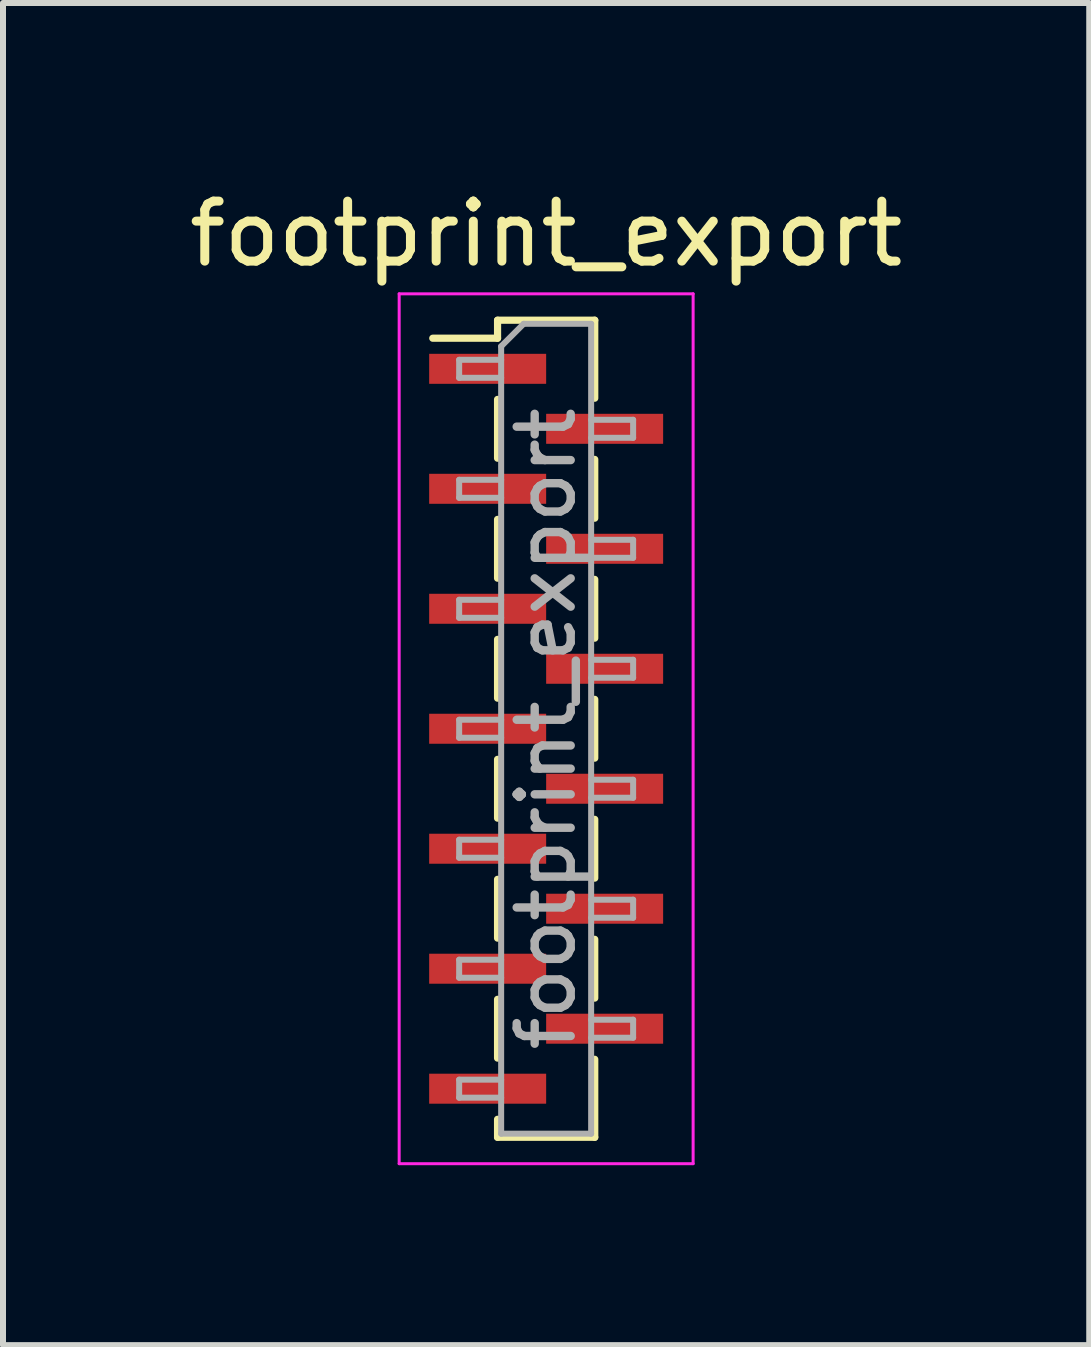
<source format=kicad_pcb>
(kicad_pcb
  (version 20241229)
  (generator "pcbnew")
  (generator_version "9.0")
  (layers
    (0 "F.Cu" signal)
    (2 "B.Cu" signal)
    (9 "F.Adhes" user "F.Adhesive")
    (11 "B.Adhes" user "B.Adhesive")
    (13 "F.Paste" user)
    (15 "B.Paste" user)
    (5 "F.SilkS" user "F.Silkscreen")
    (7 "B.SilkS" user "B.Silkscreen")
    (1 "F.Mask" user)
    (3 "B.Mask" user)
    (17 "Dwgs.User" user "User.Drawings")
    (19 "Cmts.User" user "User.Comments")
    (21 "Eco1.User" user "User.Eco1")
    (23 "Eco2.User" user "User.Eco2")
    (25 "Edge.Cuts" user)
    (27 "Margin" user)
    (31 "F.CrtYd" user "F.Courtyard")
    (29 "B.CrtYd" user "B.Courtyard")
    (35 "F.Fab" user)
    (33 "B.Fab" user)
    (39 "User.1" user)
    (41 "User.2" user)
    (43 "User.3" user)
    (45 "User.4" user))
  (footprint "footprint_export"
    (layer "F.Cu")
    (at 6.054 9.098)
    (property "Reference" "footprint_export" (at 0 -8.25 0) (layer "F.SilkS") (effects (font (size 1 1) (thickness 0.15))))
    (attr smd)
    (fp_line (start -1.89 -6.51) (end -0.81 -6.51) (stroke (width 0.12) (type solid)) (layer "F.SilkS"))
    (fp_line (start -0.81 -6.81) (end -0.81 -6.51) (stroke (width 0.12) (type solid)) (layer "F.SilkS"))
    (fp_line (start -0.81 -6.81) (end 0.81 -6.81) (stroke (width 0.12) (type solid)) (layer "F.SilkS"))
    (fp_line (start -0.81 -5.49) (end -0.81 -4.51) (stroke (width 0.12) (type solid)) (layer "F.SilkS"))
    (fp_line (start -0.81 -3.49) (end -0.81 -2.51) (stroke (width 0.12) (type solid)) (layer "F.SilkS"))
    (fp_line (start -0.81 -1.49) (end -0.81 -0.51) (stroke (width 0.12) (type solid)) (layer "F.SilkS"))
    (fp_line (start -0.81 0.51) (end -0.81 1.49) (stroke (width 0.12) (type solid)) (layer "F.SilkS"))
    (fp_line (start -0.81 2.51) (end -0.81 3.49) (stroke (width 0.12) (type solid)) (layer "F.SilkS"))
    (fp_line (start -0.81 4.51) (end -0.81 5.49) (stroke (width 0.12) (type solid)) (layer "F.SilkS"))
    (fp_line (start -0.81 6.51) (end -0.81 6.81) (stroke (width 0.12) (type solid)) (layer "F.SilkS"))
    (fp_line (start -0.81 6.81) (end 0.81 6.81) (stroke (width 0.12) (type solid)) (layer "F.SilkS"))
    (fp_line (start 0.81 -6.81) (end 0.81 -5.51) (stroke (width 0.12) (type solid)) (layer "F.SilkS"))
    (fp_line (start 0.81 -4.49) (end 0.81 -3.51) (stroke (width 0.12) (type solid)) (layer "F.SilkS"))
    (fp_line (start 0.81 -2.49) (end 0.81 -1.51) (stroke (width 0.12) (type solid)) (layer "F.SilkS"))
    (fp_line (start 0.81 -0.49) (end 0.81 0.49) (stroke (width 0.12) (type solid)) (layer "F.SilkS"))
    (fp_line (start 0.81 1.51) (end 0.81 2.49) (stroke (width 0.12) (type solid)) (layer "F.SilkS"))
    (fp_line (start 0.81 3.51) (end 0.81 4.49) (stroke (width 0.12) (type solid)) (layer "F.SilkS"))
    (fp_line (start 0.81 5.51) (end 0.81 6.81) (stroke (width 0.12) (type solid)) (layer "F.SilkS"))
    (fp_line (start -2.45 -7.25) (end 2.45 -7.25) (stroke (width 0.05) (type solid)) (layer "F.CrtYd"))
    (fp_line (start -2.45 7.25) (end -2.45 -7.25) (stroke (width 0.05) (type solid)) (layer "F.CrtYd"))
    (fp_line (start 2.45 -7.25) (end 2.45 7.25) (stroke (width 0.05) (type solid)) (layer "F.CrtYd"))
    (fp_line (start 2.45 7.25) (end -2.45 7.25) (stroke (width 0.05) (type solid)) (layer "F.CrtYd"))
    (fp_line (start -1.45 -6.15) (end -0.75 -6.15) (stroke (width 0.1) (type solid)) (layer "F.Fab"))
    (fp_line (start -1.45 -5.85) (end -1.45 -6.15) (stroke (width 0.1) (type solid)) (layer "F.Fab"))
    (fp_line (start -1.45 -4.15) (end -0.75 -4.15) (stroke (width 0.1) (type solid)) (layer "F.Fab"))
    (fp_line (start -1.45 -3.85) (end -1.45 -4.15) (stroke (width 0.1) (type solid)) (layer "F.Fab"))
    (fp_line (start -1.45 -2.15) (end -0.75 -2.15) (stroke (width 0.1) (type solid)) (layer "F.Fab"))
    (fp_line (start -1.45 -1.85) (end -1.45 -2.15) (stroke (width 0.1) (type solid)) (layer "F.Fab"))
    (fp_line (start -1.45 -0.15) (end -0.75 -0.15) (stroke (width 0.1) (type solid)) (layer "F.Fab"))
    (fp_line (start -1.45 0.15) (end -1.45 -0.15) (stroke (width 0.1) (type solid)) (layer "F.Fab"))
    (fp_line (start -1.45 1.85) (end -0.75 1.85) (stroke (width 0.1) (type solid)) (layer "F.Fab"))
    (fp_line (start -1.45 2.15) (end -1.45 1.85) (stroke (width 0.1) (type solid)) (layer "F.Fab"))
    (fp_line (start -1.45 3.85) (end -0.75 3.85) (stroke (width 0.1) (type solid)) (layer "F.Fab"))
    (fp_line (start -1.45 4.15) (end -1.45 3.85) (stroke (width 0.1) (type solid)) (layer "F.Fab"))
    (fp_line (start -1.45 5.85) (end -0.75 5.85) (stroke (width 0.1) (type solid)) (layer "F.Fab"))
    (fp_line (start -1.45 6.15) (end -1.45 5.85) (stroke (width 0.1) (type solid)) (layer "F.Fab"))
    (fp_line (start -0.75 -6.375) (end -0.375 -6.75) (stroke (width 0.1) (type solid)) (layer "F.Fab"))
    (fp_line (start -0.75 -5.85) (end -1.45 -5.85) (stroke (width 0.1) (type solid)) (layer "F.Fab"))
    (fp_line (start -0.75 -3.85) (end -1.45 -3.85) (stroke (width 0.1) (type solid)) (layer "F.Fab"))
    (fp_line (start -0.75 -1.85) (end -1.45 -1.85) (stroke (width 0.1) (type solid)) (layer "F.Fab"))
    (fp_line (start -0.75 0.15) (end -1.45 0.15) (stroke (width 0.1) (type solid)) (layer "F.Fab"))
    (fp_line (start -0.75 2.15) (end -1.45 2.15) (stroke (width 0.1) (type solid)) (layer "F.Fab"))
    (fp_line (start -0.75 4.15) (end -1.45 4.15) (stroke (width 0.1) (type solid)) (layer "F.Fab"))
    (fp_line (start -0.75 6.15) (end -1.45 6.15) (stroke (width 0.1) (type solid)) (layer "F.Fab"))
    (fp_line (start -0.75 6.75) (end -0.75 -6.375) (stroke (width 0.1) (type solid)) (layer "F.Fab"))
    (fp_line (start -0.375 -6.75) (end 0.75 -6.75) (stroke (width 0.1) (type solid)) (layer "F.Fab"))
    (fp_line (start 0.75 -6.75) (end 0.75 6.75) (stroke (width 0.1) (type solid)) (layer "F.Fab"))
    (fp_line (start 0.75 -5.15) (end 1.45 -5.15) (stroke (width 0.1) (type solid)) (layer "F.Fab"))
    (fp_line (start 0.75 -3.15) (end 1.45 -3.15) (stroke (width 0.1) (type solid)) (layer "F.Fab"))
    (fp_line (start 0.75 -1.15) (end 1.45 -1.15) (stroke (width 0.1) (type solid)) (layer "F.Fab"))
    (fp_line (start 0.75 0.85) (end 1.45 0.85) (stroke (width 0.1) (type solid)) (layer "F.Fab"))
    (fp_line (start 0.75 2.85) (end 1.45 2.85) (stroke (width 0.1) (type solid)) (layer "F.Fab"))
    (fp_line (start 0.75 4.85) (end 1.45 4.85) (stroke (width 0.1) (type solid)) (layer "F.Fab"))
    (fp_line (start 0.75 6.75) (end -0.75 6.75) (stroke (width 0.1) (type solid)) (layer "F.Fab"))
    (fp_line (start 1.45 -5.15) (end 1.45 -4.85) (stroke (width 0.1) (type solid)) (layer "F.Fab"))
    (fp_line (start 1.45 -4.85) (end 0.75 -4.85) (stroke (width 0.1) (type solid)) (layer "F.Fab"))
    (fp_line (start 1.45 -3.15) (end 1.45 -2.85) (stroke (width 0.1) (type solid)) (layer "F.Fab"))
    (fp_line (start 1.45 -2.85) (end 0.75 -2.85) (stroke (width 0.1) (type solid)) (layer "F.Fab"))
    (fp_line (start 1.45 -1.15) (end 1.45 -0.85) (stroke (width 0.1) (type solid)) (layer "F.Fab"))
    (fp_line (start 1.45 -0.85) (end 0.75 -0.85) (stroke (width 0.1) (type solid)) (layer "F.Fab"))
    (fp_line (start 1.45 0.85) (end 1.45 1.15) (stroke (width 0.1) (type solid)) (layer "F.Fab"))
    (fp_line (start 1.45 1.15) (end 0.75 1.15) (stroke (width 0.1) (type solid)) (layer "F.Fab"))
    (fp_line (start 1.45 2.85) (end 1.45 3.15) (stroke (width 0.1) (type solid)) (layer "F.Fab"))
    (fp_line (start 1.45 3.15) (end 0.75 3.15) (stroke (width 0.1) (type solid)) (layer "F.Fab"))
    (fp_line (start 1.45 4.85) (end 1.45 5.15) (stroke (width 0.1) (type solid)) (layer "F.Fab"))
    (fp_line (start 1.45 5.15) (end 0.75 5.15) (stroke (width 0.1) (type solid)) (layer "F.Fab"))
    (fp_text user "${REFERENCE}" (at 0 0 90) (layer "F.Fab") (effects (font (size 0.9 0.9) (thickness 0.14))))
    (pad "1" smd rect (at -0.975 -6) (size 1.95 0.5) (layers "F.Cu" "F.Mask" "F.Paste"))
    (pad "2" smd rect (at 0.975 -5) (size 1.95 0.5) (layers "F.Cu" "F.Mask" "F.Paste"))
    (pad "3" smd rect (at -0.975 -4) (size 1.95 0.5) (layers "F.Cu" "F.Mask" "F.Paste"))
    (pad "4" smd rect (at 0.975 -3) (size 1.95 0.5) (layers "F.Cu" "F.Mask" "F.Paste"))
    (pad "5" smd rect (at -0.975 -2) (size 1.95 0.5) (layers "F.Cu" "F.Mask" "F.Paste"))
    (pad "6" smd rect (at 0.975 -1) (size 1.95 0.5) (layers "F.Cu" "F.Mask" "F.Paste"))
    (pad "7" smd rect (at -0.975 0) (size 1.95 0.5) (layers "F.Cu" "F.Mask" "F.Paste"))
    (pad "8" smd rect (at 0.975 1) (size 1.95 0.5) (layers "F.Cu" "F.Mask" "F.Paste"))
    (pad "9" smd rect (at -0.975 2) (size 1.95 0.5) (layers "F.Cu" "F.Mask" "F.Paste"))
    (pad "10" smd rect (at 0.975 3) (size 1.95 0.5) (layers "F.Cu" "F.Mask" "F.Paste"))
    (pad "11" smd rect (at -0.975 4) (size 1.95 0.5) (layers "F.Cu" "F.Mask" "F.Paste"))
    (pad "12" smd rect (at 0.975 5) (size 1.95 0.5) (layers "F.Cu" "F.Mask" "F.Paste"))
    (pad "13" smd rect (at -0.975 6) (size 1.95 0.5) (layers "F.Cu" "F.Mask" "F.Paste")))
  (gr_rect
    (start -3 -3)
    (end 15.107 19.373)
    (stroke (width 0.1) (type default))
    (fill no)
    (layer "Edge.Cuts")))
</source>
